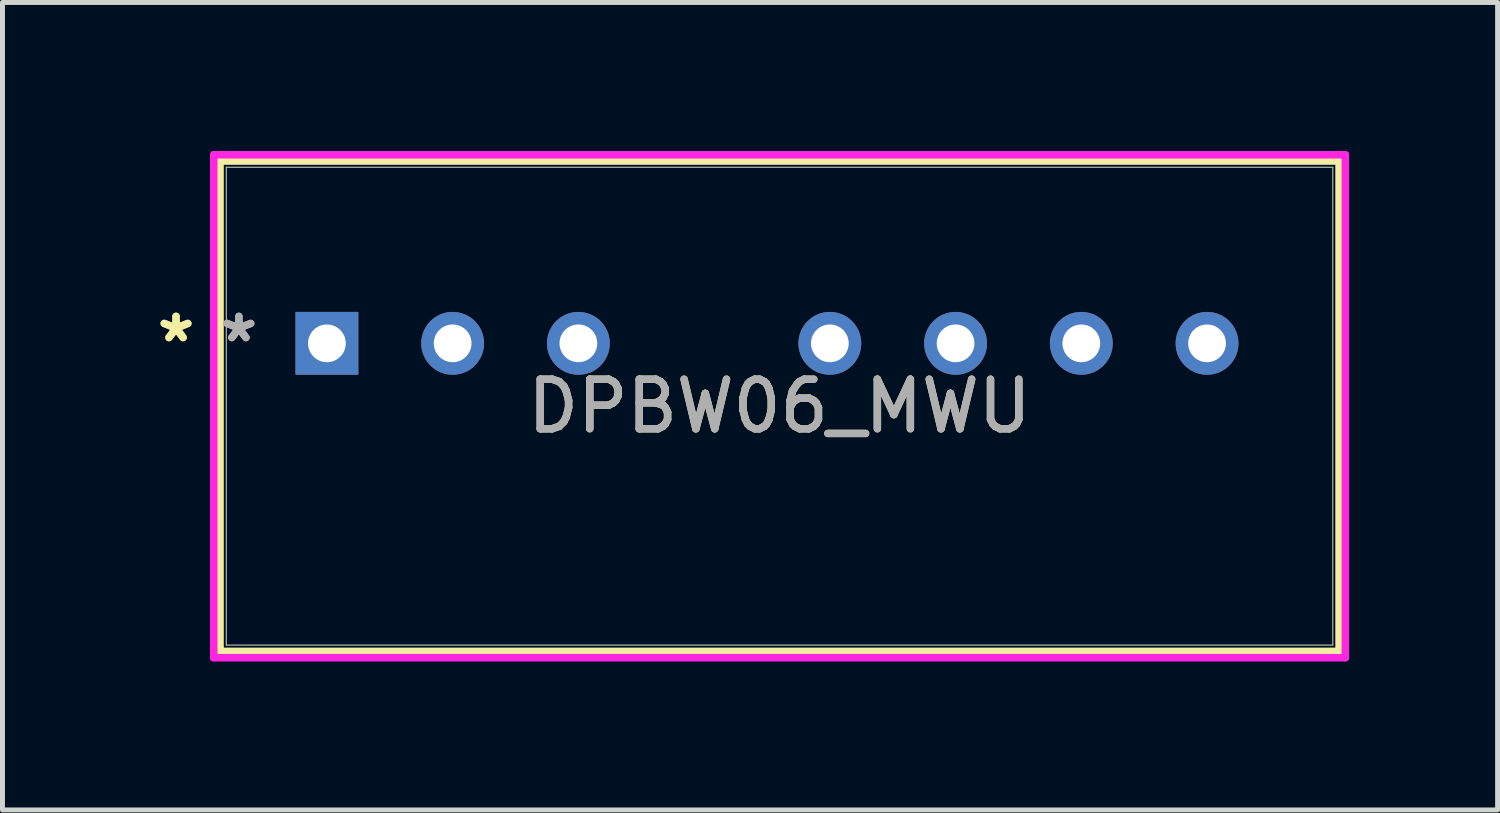
<source format=kicad_pcb>
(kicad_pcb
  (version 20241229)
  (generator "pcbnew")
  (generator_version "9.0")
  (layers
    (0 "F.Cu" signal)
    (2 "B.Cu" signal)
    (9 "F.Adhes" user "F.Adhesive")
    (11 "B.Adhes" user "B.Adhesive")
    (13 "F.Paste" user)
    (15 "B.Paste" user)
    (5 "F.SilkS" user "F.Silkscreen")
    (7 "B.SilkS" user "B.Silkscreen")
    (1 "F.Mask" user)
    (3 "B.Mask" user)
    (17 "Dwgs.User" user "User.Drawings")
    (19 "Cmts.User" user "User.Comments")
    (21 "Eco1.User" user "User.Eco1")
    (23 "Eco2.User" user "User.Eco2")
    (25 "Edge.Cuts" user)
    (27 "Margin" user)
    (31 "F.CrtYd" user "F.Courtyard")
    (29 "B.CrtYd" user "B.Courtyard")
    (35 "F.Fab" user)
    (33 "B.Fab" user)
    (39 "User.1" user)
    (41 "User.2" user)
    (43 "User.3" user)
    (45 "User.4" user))
  (footprint "DPBW06_MWU"
    (layer "F.Cu")
    (at 3.554 3.886)
    (property "Reference" "DPBW06_MWU" (at 9.144 1.27 0) (unlocked yes) (layer "F.SilkS") (effects (font (size 1 1) (thickness 0.15))))
    (attr through_hole)
    (fp_line (start -2.159 -3.683) (end -2.159 6.223) (stroke (width 0.152) (type solid)) (layer "F.SilkS"))
    (fp_line (start -2.159 6.223) (end 20.447 6.223) (stroke (width 0.152) (type solid)) (layer "F.SilkS"))
    (fp_line (start 20.447 -3.683) (end -2.159 -3.683) (stroke (width 0.152) (type solid)) (layer "F.SilkS"))
    (fp_line (start 20.447 6.223) (end 20.447 -3.683) (stroke (width 0.152) (type solid)) (layer "F.SilkS"))
    (fp_line (start -2.286 -3.81) (end 20.574 -3.81) (stroke (width 0.152) (type solid)) (layer "F.CrtYd"))
    (fp_line (start -2.286 6.35) (end -2.286 -3.81) (stroke (width 0.152) (type solid)) (layer "F.CrtYd"))
    (fp_line (start 20.574 -3.81) (end 20.574 6.35) (stroke (width 0.152) (type solid)) (layer "F.CrtYd"))
    (fp_line (start 20.574 6.35) (end -2.286 6.35) (stroke (width 0.152) (type solid)) (layer "F.CrtYd"))
    (fp_line (start -2.032 -3.556) (end -2.032 6.096) (stroke (width 0.025) (type solid)) (layer "F.Fab"))
    (fp_line (start -2.032 6.096) (end 20.32 6.096) (stroke (width 0.025) (type solid)) (layer "F.Fab"))
    (fp_line (start 20.32 -3.556) (end -2.032 -3.556) (stroke (width 0.025) (type solid)) (layer "F.Fab"))
    (fp_line (start 20.32 6.096) (end 20.32 -3.556) (stroke (width 0.025) (type solid)) (layer "F.Fab"))
    (fp_text user "*" (at -3.048 0 0) (unlocked yes) (layer "F.SilkS") (effects (font (size 1 1) (thickness 0.15))))
    (fp_text user "*" (at -3.048 0 0) (layer "F.SilkS") (effects (font (size 1 1) (thickness 0.15))))
    (fp_text user "${REFERENCE}" (at 9.144 1.27 0) (unlocked yes) (layer "F.Fab") (effects (font (size 1 1) (thickness 0.15))))
    (fp_text user "*" (at -1.778 0 0) (unlocked yes) (layer "F.Fab") (effects (font (size 1 1) (thickness 0.15))))
    (fp_text user "*" (at -1.778 0 0) (layer "F.Fab") (effects (font (size 1 1) (thickness 0.15))))
    (pad "1" thru_hole rect (at 0 0) (size 1.27 1.27) (drill 0.762) (layers "*.Cu" "*.Mask"))
    (pad "2" thru_hole circle (at 2.54 0) (size 1.27 1.27) (drill 0.762) (layers "*.Cu" "*.Mask"))
    (pad "3" thru_hole circle (at 5.08 0) (size 1.27 1.27) (drill 0.762) (layers "*.Cu" "*.Mask"))
    (pad "5" thru_hole circle (at 10.16 0) (size 1.27 1.27) (drill 0.762) (layers "*.Cu" "*.Mask"))
    (pad "6" thru_hole circle (at 12.7 0) (size 1.27 1.27) (drill 0.762) (layers "*.Cu" "*.Mask"))
    (pad "7" thru_hole circle (at 15.24 0) (size 1.27 1.27) (drill 0.762) (layers "*.Cu" "*.Mask"))
    (pad "8" thru_hole circle (at 17.78 0) (size 1.27 1.27) (drill 0.762) (layers "*.Cu" "*.Mask")))
  (gr_rect
    (start -3 -3)
    (end 27.204 13.312)
    (stroke (width 0.1) (type default))
    (fill no)
    (layer "Edge.Cuts")))
</source>
